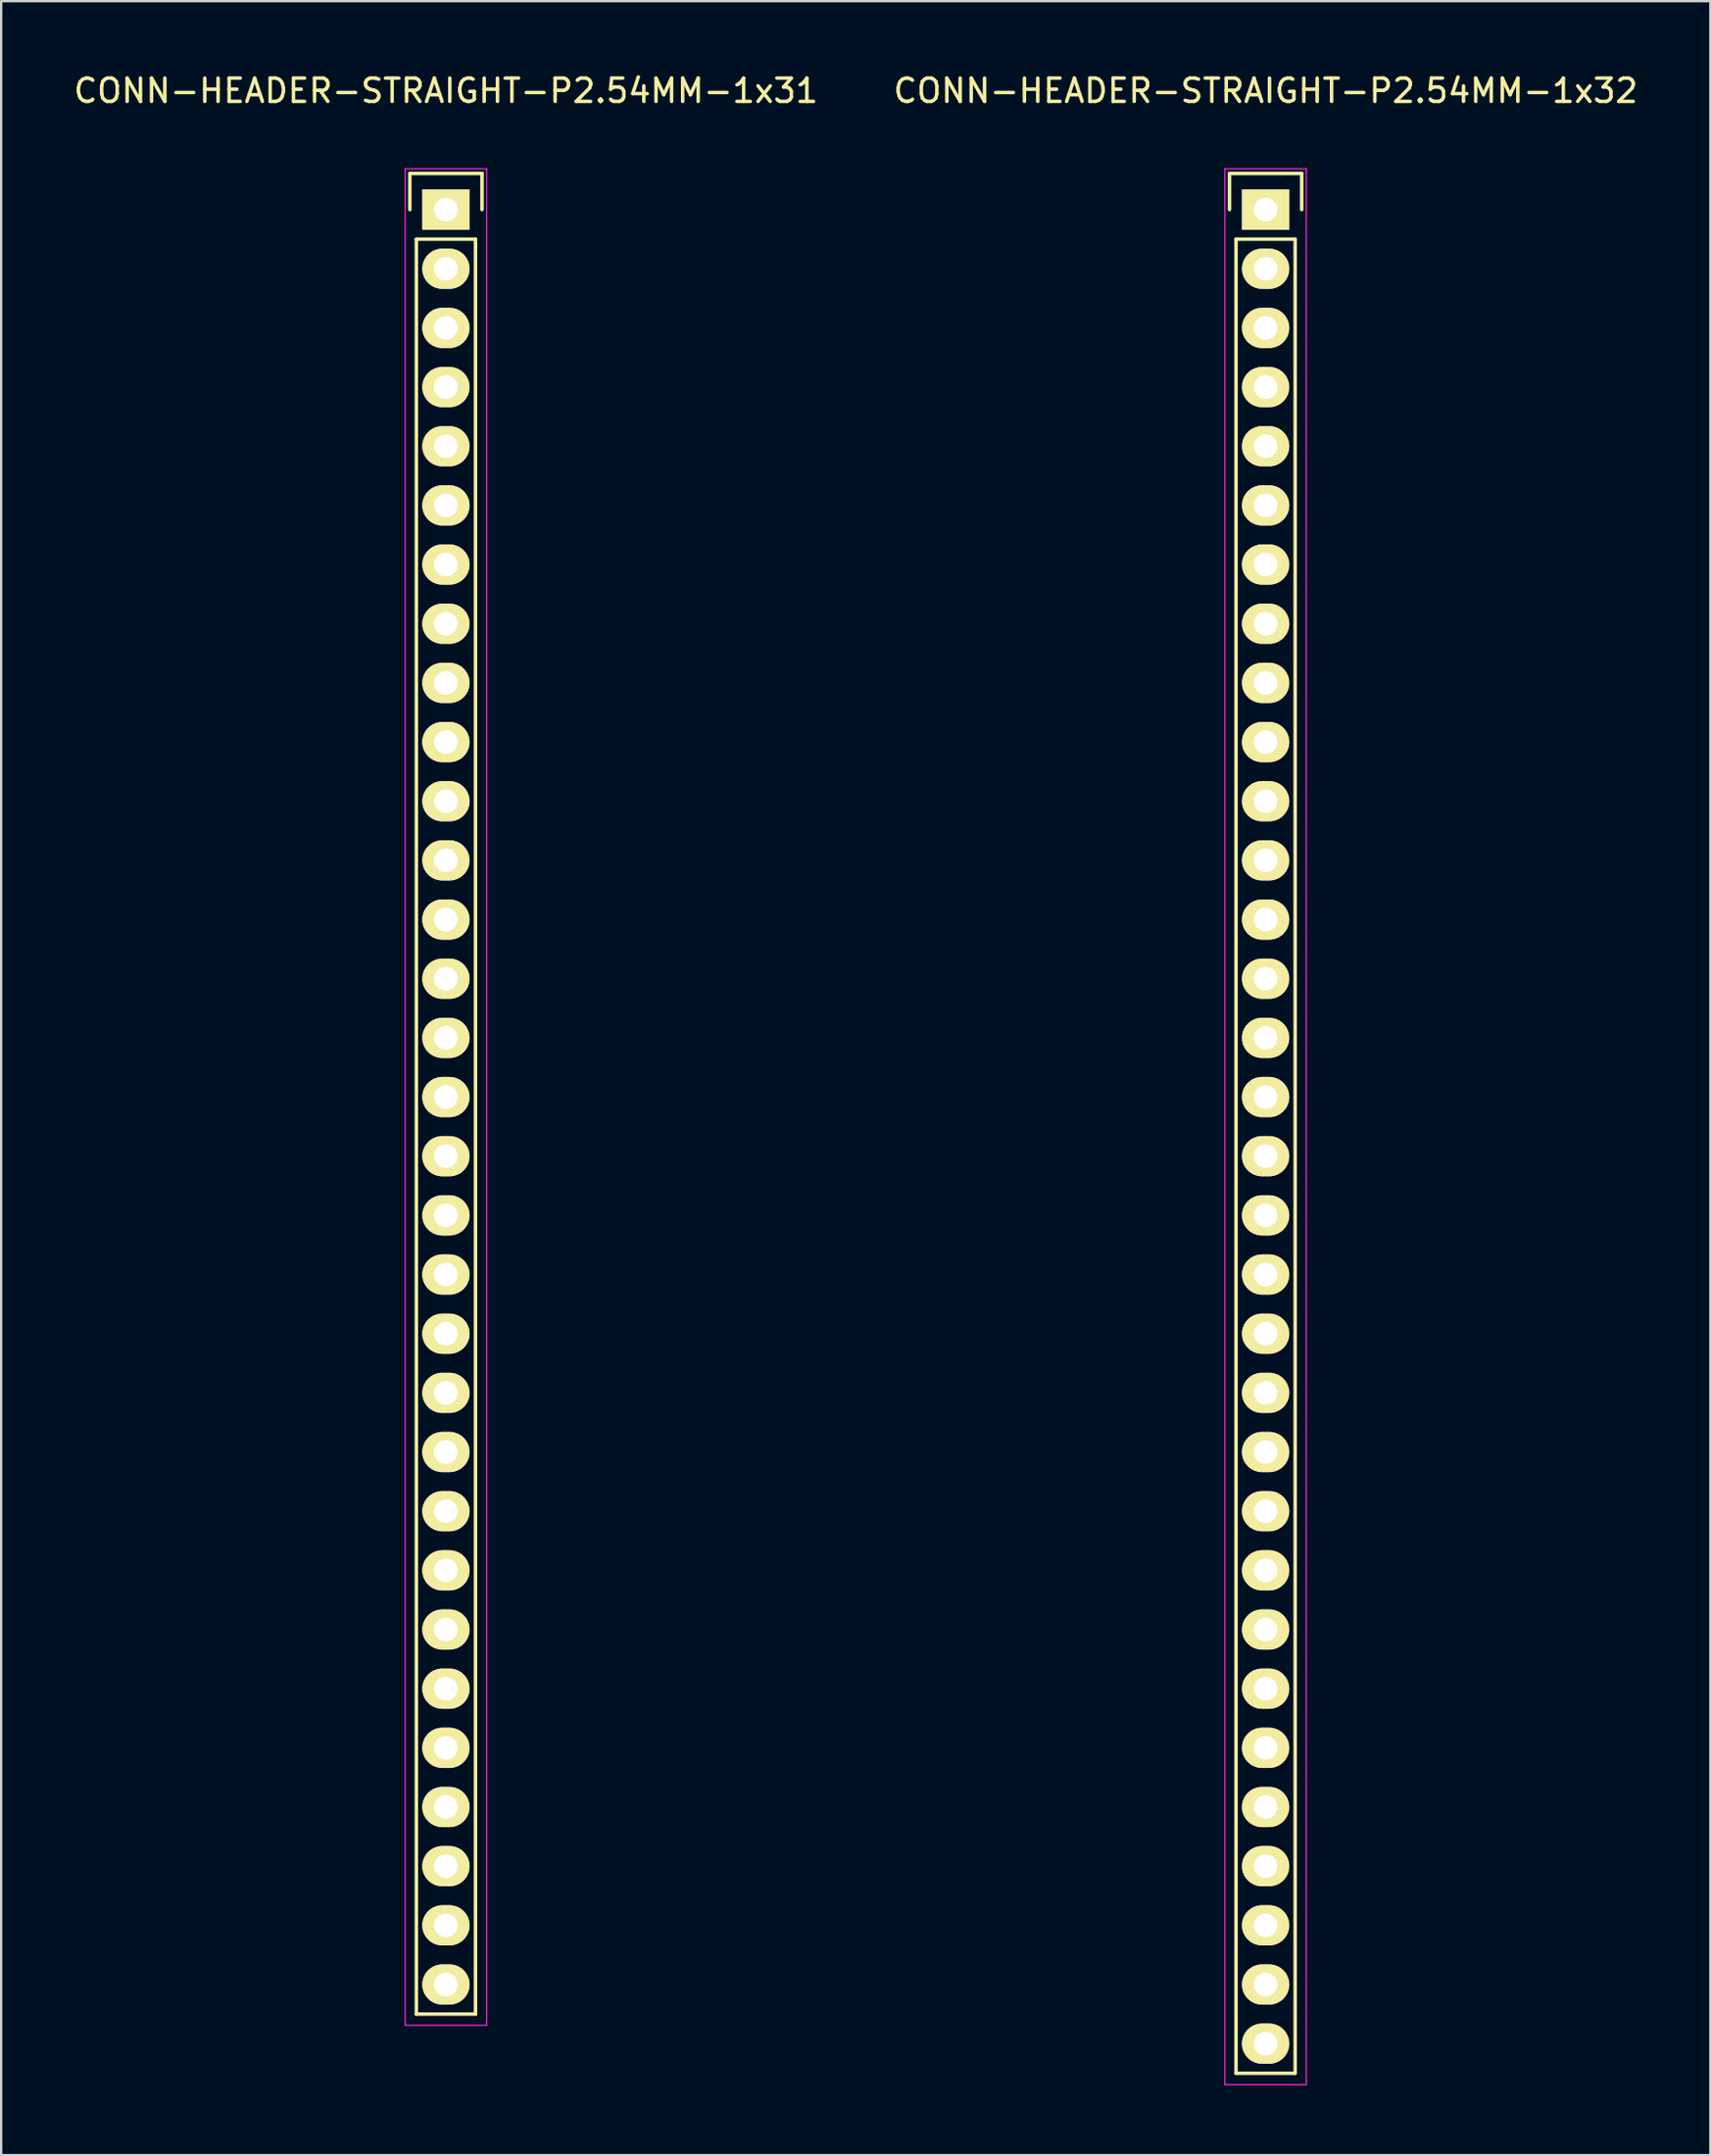
<source format=kicad_pcb>
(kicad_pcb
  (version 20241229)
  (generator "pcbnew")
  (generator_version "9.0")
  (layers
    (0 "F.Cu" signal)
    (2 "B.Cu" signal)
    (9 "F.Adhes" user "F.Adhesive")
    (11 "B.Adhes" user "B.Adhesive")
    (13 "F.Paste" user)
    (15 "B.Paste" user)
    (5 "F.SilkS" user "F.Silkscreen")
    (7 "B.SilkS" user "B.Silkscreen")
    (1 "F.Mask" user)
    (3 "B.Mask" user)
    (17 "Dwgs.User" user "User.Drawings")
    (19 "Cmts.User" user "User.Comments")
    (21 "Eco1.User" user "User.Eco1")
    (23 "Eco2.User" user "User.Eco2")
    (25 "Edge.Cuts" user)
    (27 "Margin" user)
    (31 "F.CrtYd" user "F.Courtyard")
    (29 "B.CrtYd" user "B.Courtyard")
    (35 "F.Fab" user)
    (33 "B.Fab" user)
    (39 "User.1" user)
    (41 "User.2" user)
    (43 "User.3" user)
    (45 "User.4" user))
  (footprint "CONN-HEADER-STRAIGHT-P2.54MM-1x31"
    (layer "F.Cu")
    (at 16.101 5.948)
    (property "Reference" "CONN-HEADER-STRAIGHT-P2.54MM-1x31" (at 0 -5.1 0) (layer "F.SilkS") (effects (font (size 1 1) (thickness 0.15))))
    (attr through_hole)
    (fp_line (start -1.55 -1.55) (end 1.55 -1.55) (stroke (width 0.15) (type solid)) (layer "F.SilkS"))
    (fp_line (start -1.55 0) (end -1.55 -1.55) (stroke (width 0.15) (type solid)) (layer "F.SilkS"))
    (fp_line (start -1.27 1.27) (end -1.27 77.47) (stroke (width 0.15) (type solid)) (layer "F.SilkS"))
    (fp_line (start -1.27 77.47) (end 1.27 77.47) (stroke (width 0.15) (type solid)) (layer "F.SilkS"))
    (fp_line (start 1.27 1.27) (end -1.27 1.27) (stroke (width 0.15) (type solid)) (layer "F.SilkS"))
    (fp_line (start 1.27 77.47) (end 1.27 1.27) (stroke (width 0.15) (type solid)) (layer "F.SilkS"))
    (fp_line (start 1.55 -1.55) (end 1.55 0) (stroke (width 0.15) (type solid)) (layer "F.SilkS"))
    (fp_line (start -1.75 -1.75) (end -1.75 77.95) (stroke (width 0.05) (type solid)) (layer "F.CrtYd"))
    (fp_line (start -1.75 -1.75) (end 1.75 -1.75) (stroke (width 0.05) (type solid)) (layer "F.CrtYd"))
    (fp_line (start -1.75 77.95) (end 1.75 77.95) (stroke (width 0.05) (type solid)) (layer "F.CrtYd"))
    (fp_line (start 1.75 -1.75) (end 1.75 77.95) (stroke (width 0.05) (type solid)) (layer "F.CrtYd"))
    (pad "1" thru_hole rect (at 0 0) (size 2.032 1.727) (drill 1.016) (layers "*.Cu" "*.Mask" "F.SilkS"))
    (pad "2" thru_hole oval (at 0 2.54) (size 2.032 1.727) (drill 1.016) (layers "*.Cu" "*.Mask" "F.SilkS"))
    (pad "3" thru_hole oval (at 0 5.08) (size 2.032 1.727) (drill 1.016) (layers "*.Cu" "*.Mask" "F.SilkS"))
    (pad "4" thru_hole oval (at 0 7.62) (size 2.032 1.727) (drill 1.016) (layers "*.Cu" "*.Mask" "F.SilkS"))
    (pad "5" thru_hole oval (at 0 10.16) (size 2.032 1.727) (drill 1.016) (layers "*.Cu" "*.Mask" "F.SilkS"))
    (pad "6" thru_hole oval (at 0 12.7) (size 2.032 1.727) (drill 1.016) (layers "*.Cu" "*.Mask" "F.SilkS"))
    (pad "7" thru_hole oval (at 0 15.24) (size 2.032 1.727) (drill 1.016) (layers "*.Cu" "*.Mask" "F.SilkS"))
    (pad "8" thru_hole oval (at 0 17.78) (size 2.032 1.727) (drill 1.016) (layers "*.Cu" "*.Mask" "F.SilkS"))
    (pad "9" thru_hole oval (at 0 20.32) (size 2.032 1.727) (drill 1.016) (layers "*.Cu" "*.Mask" "F.SilkS"))
    (pad "10" thru_hole oval (at 0 22.86) (size 2.032 1.727) (drill 1.016) (layers "*.Cu" "*.Mask" "F.SilkS"))
    (pad "11" thru_hole oval (at 0 25.4) (size 2.032 1.727) (drill 1.016) (layers "*.Cu" "*.Mask" "F.SilkS"))
    (pad "12" thru_hole oval (at 0 27.94) (size 2.032 1.727) (drill 1.016) (layers "*.Cu" "*.Mask" "F.SilkS"))
    (pad "13" thru_hole oval (at 0 30.48) (size 2.032 1.727) (drill 1.016) (layers "*.Cu" "*.Mask" "F.SilkS"))
    (pad "14" thru_hole oval (at 0 33.02) (size 2.032 1.727) (drill 1.016) (layers "*.Cu" "*.Mask" "F.SilkS"))
    (pad "15" thru_hole oval (at 0 35.56) (size 2.032 1.727) (drill 1.016) (layers "*.Cu" "*.Mask" "F.SilkS"))
    (pad "16" thru_hole oval (at 0 38.1) (size 2.032 1.727) (drill 1.016) (layers "*.Cu" "*.Mask" "F.SilkS"))
    (pad "17" thru_hole oval (at 0 40.64) (size 2.032 1.727) (drill 1.016) (layers "*.Cu" "*.Mask" "F.SilkS"))
    (pad "18" thru_hole oval (at 0 43.18) (size 2.032 1.727) (drill 1.016) (layers "*.Cu" "*.Mask" "F.SilkS"))
    (pad "19" thru_hole oval (at 0 45.72) (size 2.032 1.727) (drill 1.016) (layers "*.Cu" "*.Mask" "F.SilkS"))
    (pad "20" thru_hole oval (at 0 48.26) (size 2.032 1.727) (drill 1.016) (layers "*.Cu" "*.Mask" "F.SilkS"))
    (pad "21" thru_hole oval (at 0 50.8) (size 2.032 1.727) (drill 1.016) (layers "*.Cu" "*.Mask" "F.SilkS"))
    (pad "22" thru_hole oval (at 0 53.34) (size 2.032 1.727) (drill 1.016) (layers "*.Cu" "*.Mask" "F.SilkS"))
    (pad "23" thru_hole oval (at 0 55.88) (size 2.032 1.727) (drill 1.016) (layers "*.Cu" "*.Mask" "F.SilkS"))
    (pad "24" thru_hole oval (at 0 58.42) (size 2.032 1.727) (drill 1.016) (layers "*.Cu" "*.Mask" "F.SilkS"))
    (pad "25" thru_hole oval (at 0 60.96) (size 2.032 1.727) (drill 1.016) (layers "*.Cu" "*.Mask" "F.SilkS"))
    (pad "26" thru_hole oval (at 0 63.5) (size 2.032 1.727) (drill 1.016) (layers "*.Cu" "*.Mask" "F.SilkS"))
    (pad "27" thru_hole oval (at 0 66.04) (size 2.032 1.727) (drill 1.016) (layers "*.Cu" "*.Mask" "F.SilkS"))
    (pad "28" thru_hole oval (at 0 68.58) (size 2.032 1.727) (drill 1.016) (layers "*.Cu" "*.Mask" "F.SilkS"))
    (pad "29" thru_hole oval (at 0 71.12) (size 2.032 1.727) (drill 1.016) (layers "*.Cu" "*.Mask" "F.SilkS"))
    (pad "30" thru_hole oval (at 0 73.66) (size 2.032 1.727) (drill 1.016) (layers "*.Cu" "*.Mask" "F.SilkS"))
    (pad "31" thru_hole oval (at 0 76.2) (size 2.032 1.727) (drill 1.016) (layers "*.Cu" "*.Mask" "F.SilkS")))
  (footprint "CONN-HEADER-STRAIGHT-P2.54MM-1x32"
    (layer "F.Cu")
    (at 51.304 5.948)
    (property "Reference" "CONN-HEADER-STRAIGHT-P2.54MM-1x32" (at 0 -5.1 0) (layer "F.SilkS") (effects (font (size 1 1) (thickness 0.15))))
    (attr through_hole)
    (fp_line (start -1.55 -1.55) (end 1.55 -1.55) (stroke (width 0.15) (type solid)) (layer "F.SilkS"))
    (fp_line (start -1.55 0) (end -1.55 -1.55) (stroke (width 0.15) (type solid)) (layer "F.SilkS"))
    (fp_line (start -1.27 1.27) (end -1.27 80.01) (stroke (width 0.15) (type solid)) (layer "F.SilkS"))
    (fp_line (start -1.27 80.01) (end 1.27 80.01) (stroke (width 0.15) (type solid)) (layer "F.SilkS"))
    (fp_line (start 1.27 1.27) (end -1.27 1.27) (stroke (width 0.15) (type solid)) (layer "F.SilkS"))
    (fp_line (start 1.27 80.01) (end 1.27 1.27) (stroke (width 0.15) (type solid)) (layer "F.SilkS"))
    (fp_line (start 1.55 -1.55) (end 1.55 0) (stroke (width 0.15) (type solid)) (layer "F.SilkS"))
    (fp_line (start -1.75 -1.75) (end -1.75 80.5) (stroke (width 0.05) (type solid)) (layer "F.CrtYd"))
    (fp_line (start -1.75 -1.75) (end 1.75 -1.75) (stroke (width 0.05) (type solid)) (layer "F.CrtYd"))
    (fp_line (start -1.75 80.5) (end 1.75 80.5) (stroke (width 0.05) (type solid)) (layer "F.CrtYd"))
    (fp_line (start 1.75 -1.75) (end 1.75 80.5) (stroke (width 0.05) (type solid)) (layer "F.CrtYd"))
    (pad "1" thru_hole rect (at 0 0) (size 2.032 1.727) (drill 1.016) (layers "*.Cu" "*.Mask" "F.SilkS"))
    (pad "2" thru_hole oval (at 0 2.54) (size 2.032 1.727) (drill 1.016) (layers "*.Cu" "*.Mask" "F.SilkS"))
    (pad "3" thru_hole oval (at 0 5.08) (size 2.032 1.727) (drill 1.016) (layers "*.Cu" "*.Mask" "F.SilkS"))
    (pad "4" thru_hole oval (at 0 7.62) (size 2.032 1.727) (drill 1.016) (layers "*.Cu" "*.Mask" "F.SilkS"))
    (pad "5" thru_hole oval (at 0 10.16) (size 2.032 1.727) (drill 1.016) (layers "*.Cu" "*.Mask" "F.SilkS"))
    (pad "6" thru_hole oval (at 0 12.7) (size 2.032 1.727) (drill 1.016) (layers "*.Cu" "*.Mask" "F.SilkS"))
    (pad "7" thru_hole oval (at 0 15.24) (size 2.032 1.727) (drill 1.016) (layers "*.Cu" "*.Mask" "F.SilkS"))
    (pad "8" thru_hole oval (at 0 17.78) (size 2.032 1.727) (drill 1.016) (layers "*.Cu" "*.Mask" "F.SilkS"))
    (pad "9" thru_hole oval (at 0 20.32) (size 2.032 1.727) (drill 1.016) (layers "*.Cu" "*.Mask" "F.SilkS"))
    (pad "10" thru_hole oval (at 0 22.86) (size 2.032 1.727) (drill 1.016) (layers "*.Cu" "*.Mask" "F.SilkS"))
    (pad "11" thru_hole oval (at 0 25.4) (size 2.032 1.727) (drill 1.016) (layers "*.Cu" "*.Mask" "F.SilkS"))
    (pad "12" thru_hole oval (at 0 27.94) (size 2.032 1.727) (drill 1.016) (layers "*.Cu" "*.Mask" "F.SilkS"))
    (pad "13" thru_hole oval (at 0 30.48) (size 2.032 1.727) (drill 1.016) (layers "*.Cu" "*.Mask" "F.SilkS"))
    (pad "14" thru_hole oval (at 0 33.02) (size 2.032 1.727) (drill 1.016) (layers "*.Cu" "*.Mask" "F.SilkS"))
    (pad "15" thru_hole oval (at 0 35.56) (size 2.032 1.727) (drill 1.016) (layers "*.Cu" "*.Mask" "F.SilkS"))
    (pad "16" thru_hole oval (at 0 38.1) (size 2.032 1.727) (drill 1.016) (layers "*.Cu" "*.Mask" "F.SilkS"))
    (pad "17" thru_hole oval (at 0 40.64) (size 2.032 1.727) (drill 1.016) (layers "*.Cu" "*.Mask" "F.SilkS"))
    (pad "18" thru_hole oval (at 0 43.18) (size 2.032 1.727) (drill 1.016) (layers "*.Cu" "*.Mask" "F.SilkS"))
    (pad "19" thru_hole oval (at 0 45.72) (size 2.032 1.727) (drill 1.016) (layers "*.Cu" "*.Mask" "F.SilkS"))
    (pad "20" thru_hole oval (at 0 48.26) (size 2.032 1.727) (drill 1.016) (layers "*.Cu" "*.Mask" "F.SilkS"))
    (pad "21" thru_hole oval (at 0 50.8) (size 2.032 1.727) (drill 1.016) (layers "*.Cu" "*.Mask" "F.SilkS"))
    (pad "22" thru_hole oval (at 0 53.34) (size 2.032 1.727) (drill 1.016) (layers "*.Cu" "*.Mask" "F.SilkS"))
    (pad "23" thru_hole oval (at 0 55.88) (size 2.032 1.727) (drill 1.016) (layers "*.Cu" "*.Mask" "F.SilkS"))
    (pad "24" thru_hole oval (at 0 58.42) (size 2.032 1.727) (drill 1.016) (layers "*.Cu" "*.Mask" "F.SilkS"))
    (pad "25" thru_hole oval (at 0 60.96) (size 2.032 1.727) (drill 1.016) (layers "*.Cu" "*.Mask" "F.SilkS"))
    (pad "26" thru_hole oval (at 0 63.5) (size 2.032 1.727) (drill 1.016) (layers "*.Cu" "*.Mask" "F.SilkS"))
    (pad "27" thru_hole oval (at 0 66.04) (size 2.032 1.727) (drill 1.016) (layers "*.Cu" "*.Mask" "F.SilkS"))
    (pad "28" thru_hole oval (at 0 68.58) (size 2.032 1.727) (drill 1.016) (layers "*.Cu" "*.Mask" "F.SilkS"))
    (pad "29" thru_hole oval (at 0 71.12) (size 2.032 1.727) (drill 1.016) (layers "*.Cu" "*.Mask" "F.SilkS"))
    (pad "30" thru_hole oval (at 0 73.66) (size 2.032 1.727) (drill 1.016) (layers "*.Cu" "*.Mask" "F.SilkS"))
    (pad "31" thru_hole oval (at 0 76.2) (size 2.032 1.727) (drill 1.016) (layers "*.Cu" "*.Mask" "F.SilkS"))
    (pad "32" thru_hole oval (at 0 78.74) (size 2.032 1.727) (drill 1.016) (layers "*.Cu" "*.Mask" "F.SilkS")))
  (gr_rect
    (start -3 -3)
    (end 70.405 89.473)
    (stroke (width 0.1) (type default))
    (fill no)
    (layer "Edge.Cuts")))
</source>
